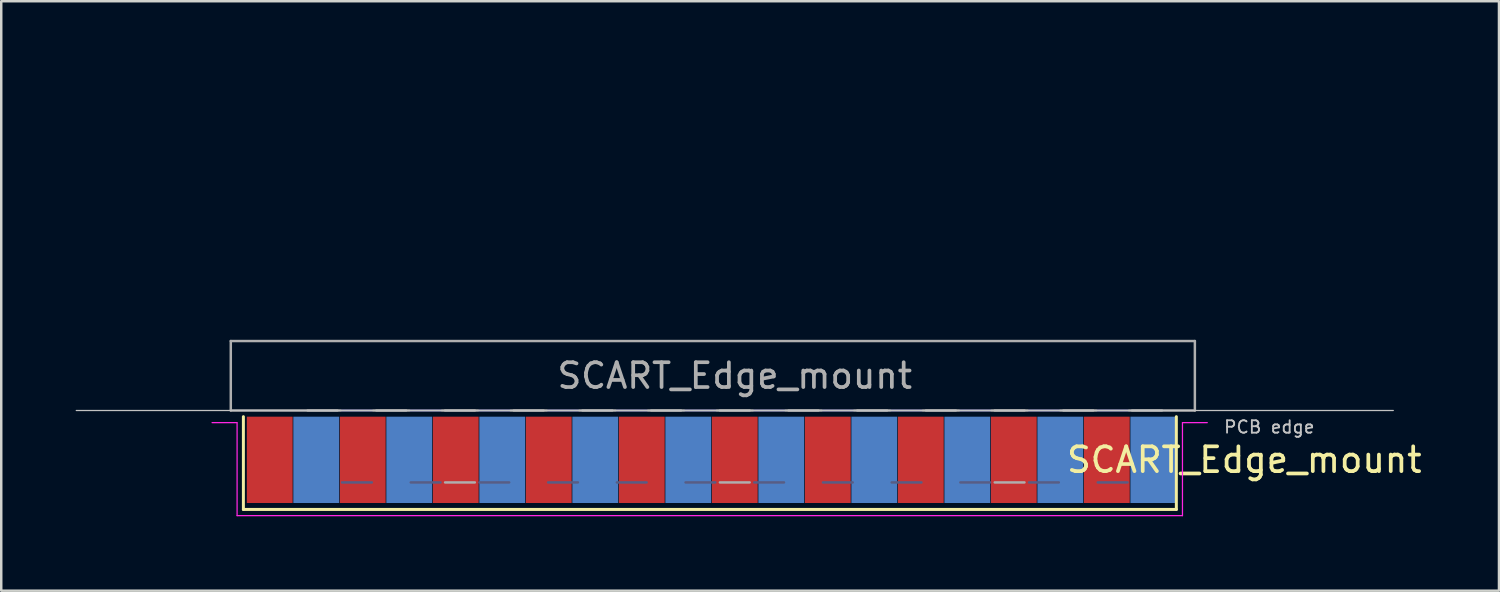
<source format=kicad_pcb>
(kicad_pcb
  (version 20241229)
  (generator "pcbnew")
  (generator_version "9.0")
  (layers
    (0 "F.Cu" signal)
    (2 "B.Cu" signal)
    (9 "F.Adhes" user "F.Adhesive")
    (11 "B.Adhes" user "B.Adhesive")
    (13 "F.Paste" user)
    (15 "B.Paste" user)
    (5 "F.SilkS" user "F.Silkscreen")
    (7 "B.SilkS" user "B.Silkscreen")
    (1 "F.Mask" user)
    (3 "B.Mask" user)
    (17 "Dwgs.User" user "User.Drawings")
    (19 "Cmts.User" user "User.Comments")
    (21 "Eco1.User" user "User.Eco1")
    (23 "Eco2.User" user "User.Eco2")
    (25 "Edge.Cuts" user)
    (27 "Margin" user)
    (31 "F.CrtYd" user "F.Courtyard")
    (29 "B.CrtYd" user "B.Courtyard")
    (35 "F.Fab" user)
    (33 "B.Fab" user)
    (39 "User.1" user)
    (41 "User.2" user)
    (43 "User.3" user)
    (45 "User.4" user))
  (footprint "SCART_Edge_mount"
    (layer "F.Cu")
    (at 26.575 0.25)
    (property "Reference" "SCART_Edge_mount" (at 20.543 15.24 180) (layer "F.SilkS") (effects (font (size 1 1) (thickness 0.15))))
    (attr smd)
    (fp_line (start -19.812 13.5) (end -19.812 17.24) (stroke (width 0.12) (type solid)) (layer "F.SilkS"))
    (fp_line (start -19.812 17.24) (end 17.803 17.24) (stroke (width 0.12) (type solid)) (layer "F.SilkS"))
    (fp_line (start 17.803 17.24) (end 17.803 13.5) (stroke (width 0.12) (type solid)) (layer "F.SilkS"))
    (fp_line (start 26.55 13.25) (end -26.55 13.25) (stroke (width 0.05) (type solid)) (layer "Dwgs.User"))
    (fp_line (start -20.074 13.74) (end -21.074 13.74) (stroke (width 0.05) (type solid)) (layer "F.CrtYd"))
    (fp_line (start -20.066 17.49) (end -20.066 13.74) (stroke (width 0.05) (type solid)) (layer "F.CrtYd"))
    (fp_line (start 18.05 13.74) (end 18.05 17.49) (stroke (width 0.05) (type solid)) (layer "F.CrtYd"))
    (fp_line (start 18.05 17.49) (end -20.066 17.49) (stroke (width 0.05) (type solid)) (layer "F.CrtYd"))
    (fp_line (start 19.05 13.74) (end 18.05 13.74) (stroke (width 0.05) (type solid)) (layer "F.CrtYd"))
    (fp_line (start -15.835 16.15) (end -14.635 16.15) (stroke (width 0.1) (type solid)) (layer "B.Fab"))
    (fp_line (start -14.635 13.25) (end -15.835 13.25) (stroke (width 0.1) (type solid)) (layer "B.Fab"))
    (fp_line (start -13.065 16.15) (end -11.865 16.15) (stroke (width 0.1) (type solid)) (layer "B.Fab"))
    (fp_line (start -11.865 13.25) (end -13.065 13.25) (stroke (width 0.1) (type solid)) (layer "B.Fab"))
    (fp_line (start -10.295 16.15) (end -9.095 16.15) (stroke (width 0.1) (type solid)) (layer "B.Fab"))
    (fp_line (start -9.095 13.25) (end -10.295 13.25) (stroke (width 0.1) (type solid)) (layer "B.Fab"))
    (fp_line (start -7.525 16.15) (end -6.325 16.15) (stroke (width 0.1) (type solid)) (layer "B.Fab"))
    (fp_line (start -6.325 13.25) (end -7.525 13.25) (stroke (width 0.1) (type solid)) (layer "B.Fab"))
    (fp_line (start -4.755 16.15) (end -3.555 16.15) (stroke (width 0.1) (type solid)) (layer "B.Fab"))
    (fp_line (start -3.555 13.25) (end -4.755 13.25) (stroke (width 0.1) (type solid)) (layer "B.Fab"))
    (fp_line (start -1.985 16.15) (end -0.785 16.15) (stroke (width 0.1) (type solid)) (layer "B.Fab"))
    (fp_line (start -0.785 13.25) (end -1.985 13.25) (stroke (width 0.1) (type solid)) (layer "B.Fab"))
    (fp_line (start 0.785 16.15) (end 1.985 16.15) (stroke (width 0.1) (type solid)) (layer "B.Fab"))
    (fp_line (start 1.985 13.25) (end 0.785 13.25) (stroke (width 0.1) (type solid)) (layer "B.Fab"))
    (fp_line (start 3.555 16.15) (end 4.755 16.15) (stroke (width 0.1) (type solid)) (layer "B.Fab"))
    (fp_line (start 4.755 13.25) (end 3.555 13.25) (stroke (width 0.1) (type solid)) (layer "B.Fab"))
    (fp_line (start 6.325 16.15) (end 7.525 16.15) (stroke (width 0.1) (type solid)) (layer "B.Fab"))
    (fp_line (start 7.525 13.25) (end 6.325 13.25) (stroke (width 0.1) (type solid)) (layer "B.Fab"))
    (fp_line (start 9.095 16.15) (end 10.295 16.15) (stroke (width 0.1) (type solid)) (layer "B.Fab"))
    (fp_line (start 10.295 13.25) (end 9.095 13.25) (stroke (width 0.1) (type solid)) (layer "B.Fab"))
    (fp_line (start 11.865 16.15) (end 13.065 16.15) (stroke (width 0.1) (type solid)) (layer "B.Fab"))
    (fp_line (start 13.065 13.25) (end 11.865 13.25) (stroke (width 0.1) (type solid)) (layer "B.Fab"))
    (fp_line (start 14.635 16.15) (end 15.835 16.15) (stroke (width 0.1) (type solid)) (layer "B.Fab"))
    (fp_line (start 15.835 13.25) (end 14.635 13.25) (stroke (width 0.1) (type solid)) (layer "B.Fab"))
    (fp_line (start -20.32 10.45) (end -20.32 13.25) (stroke (width 0.1) (type solid)) (layer "F.Fab"))
    (fp_line (start -20.32 13.25) (end 18.55 13.25) (stroke (width 0.1) (type solid)) (layer "F.Fab"))
    (fp_line (start -16.02 13.25) (end -17.22 13.25) (stroke (width 0.1) (type solid)) (layer "F.Fab"))
    (fp_line (start -13.25 13.25) (end -14.45 13.25) (stroke (width 0.1) (type solid)) (layer "F.Fab"))
    (fp_line (start -11.68 16.15) (end -10.48 16.15) (stroke (width 0.1) (type solid)) (layer "F.Fab"))
    (fp_line (start -10.48 13.25) (end -11.68 13.25) (stroke (width 0.1) (type solid)) (layer "F.Fab"))
    (fp_line (start -7.71 13.25) (end -8.91 13.25) (stroke (width 0.1) (type solid)) (layer "F.Fab"))
    (fp_line (start -4.94 13.25) (end -6.14 13.25) (stroke (width 0.1) (type solid)) (layer "F.Fab"))
    (fp_line (start -2.17 13.25) (end -3.37 13.25) (stroke (width 0.1) (type solid)) (layer "F.Fab"))
    (fp_line (start -0.6 16.15) (end 0.6 16.15) (stroke (width 0.1) (type solid)) (layer "F.Fab"))
    (fp_line (start 0.6 13.25) (end -0.6 13.25) (stroke (width 0.1) (type solid)) (layer "F.Fab"))
    (fp_line (start 3.37 13.25) (end 2.17 13.25) (stroke (width 0.1) (type solid)) (layer "F.Fab"))
    (fp_line (start 6.14 13.25) (end 4.94 13.25) (stroke (width 0.1) (type solid)) (layer "F.Fab"))
    (fp_line (start 8.91 13.25) (end 7.71 13.25) (stroke (width 0.1) (type solid)) (layer "F.Fab"))
    (fp_line (start 10.48 16.15) (end 11.68 16.15) (stroke (width 0.1) (type solid)) (layer "F.Fab"))
    (fp_line (start 11.68 13.25) (end 10.48 13.25) (stroke (width 0.1) (type solid)) (layer "F.Fab"))
    (fp_line (start 14.45 13.25) (end 13.25 13.25) (stroke (width 0.1) (type solid)) (layer "F.Fab"))
    (fp_line (start 17.22 13.25) (end 16.02 13.25) (stroke (width 0.1) (type solid)) (layer "F.Fab"))
    (fp_line (start 18.55 10.45) (end -20.32 10.45) (stroke (width 0.1) (type solid)) (layer "F.Fab"))
    (fp_line (start 18.55 13.25) (end 18.55 10.45) (stroke (width 0.1) (type solid)) (layer "F.Fab"))
    (fp_text user "PCB edge" (at 21.55 13.917 180) (layer "Dwgs.User") (effects (font (size 0.5 0.5) (thickness 0.075))))
    (fp_text user "${REFERENCE}" (at 0 11.85 180) (layer "F.Fab") (effects (font (size 1 1) (thickness 0.15))))
    (pad "1" smd rect (at 16.875 15.24 180) (size 1.847 3.48) (layers "B.Cu" "B.Mask" "B.Paste"))
    (pad "2" smd rect (at 15 15.24 180) (size 1.847 3.48) (layers "F.Cu" "F.Mask" "F.Paste"))
    (pad "3" smd rect (at 13.125 15.24 180) (size 1.847 3.48) (layers "B.Cu" "B.Mask" "B.Paste"))
    (pad "4" smd rect (at 11.25 15.24 180) (size 1.847 3.48) (layers "F.Cu" "F.Mask" "F.Paste"))
    (pad "5" smd rect (at 9.375 15.24 180) (size 1.847 3.48) (layers "B.Cu" "B.Mask" "B.Paste"))
    (pad "6" smd rect (at 7.5 15.24 180) (size 1.847 3.48) (layers "F.Cu" "F.Mask" "F.Paste"))
    (pad "7" smd rect (at 5.625 15.24 180) (size 1.847 3.48) (layers "B.Cu" "B.Mask" "B.Paste"))
    (pad "8" smd rect (at 3.75 15.24 180) (size 1.847 3.48) (layers "F.Cu" "F.Mask" "F.Paste"))
    (pad "9" smd rect (at 1.875 15.24 180) (size 1.847 3.48) (layers "B.Cu" "B.Mask" "B.Paste"))
    (pad "10" smd rect (at 0 15.24 180) (size 1.847 3.48) (layers "F.Cu" "F.Mask" "F.Paste"))
    (pad "11" smd rect (at -1.875 15.24 180) (size 1.847 3.48) (layers "B.Cu" "B.Mask" "B.Paste"))
    (pad "12" smd rect (at -3.75 15.24 180) (size 1.847 3.48) (layers "F.Cu" "F.Mask" "F.Paste"))
    (pad "13" smd rect (at -5.625 15.24 180) (size 1.847 3.48) (layers "B.Cu" "B.Mask" "B.Paste"))
    (pad "14" smd rect (at -7.5 15.24 180) (size 1.847 3.48) (layers "F.Cu" "F.Mask" "F.Paste"))
    (pad "15" smd rect (at -9.375 15.24 180) (size 1.847 3.48) (layers "B.Cu" "B.Mask" "B.Paste"))
    (pad "16" smd rect (at -11.25 15.24 180) (size 1.847 3.48) (layers "F.Cu" "F.Mask" "F.Paste"))
    (pad "17" smd rect (at -13.125 15.24 180) (size 1.847 3.48) (layers "B.Cu" "B.Mask" "B.Paste"))
    (pad "18" smd rect (at -15 15.24 180) (size 1.847 3.48) (layers "F.Cu" "F.Mask" "F.Paste"))
    (pad "19" smd rect (at -16.875 15.24 180) (size 1.847 3.48) (layers "B.Cu" "B.Mask" "B.Paste"))
    (pad "20" smd rect (at -18.75 15.24 180) (size 1.847 3.48) (layers "F.Cu" "F.Mask" "F.Paste")))
  (gr_rect
    (start -3 -3)
    (end 57.386 20.765)
    (stroke (width 0.1) (type default))
    (fill no)
    (layer "Edge.Cuts")))
</source>
